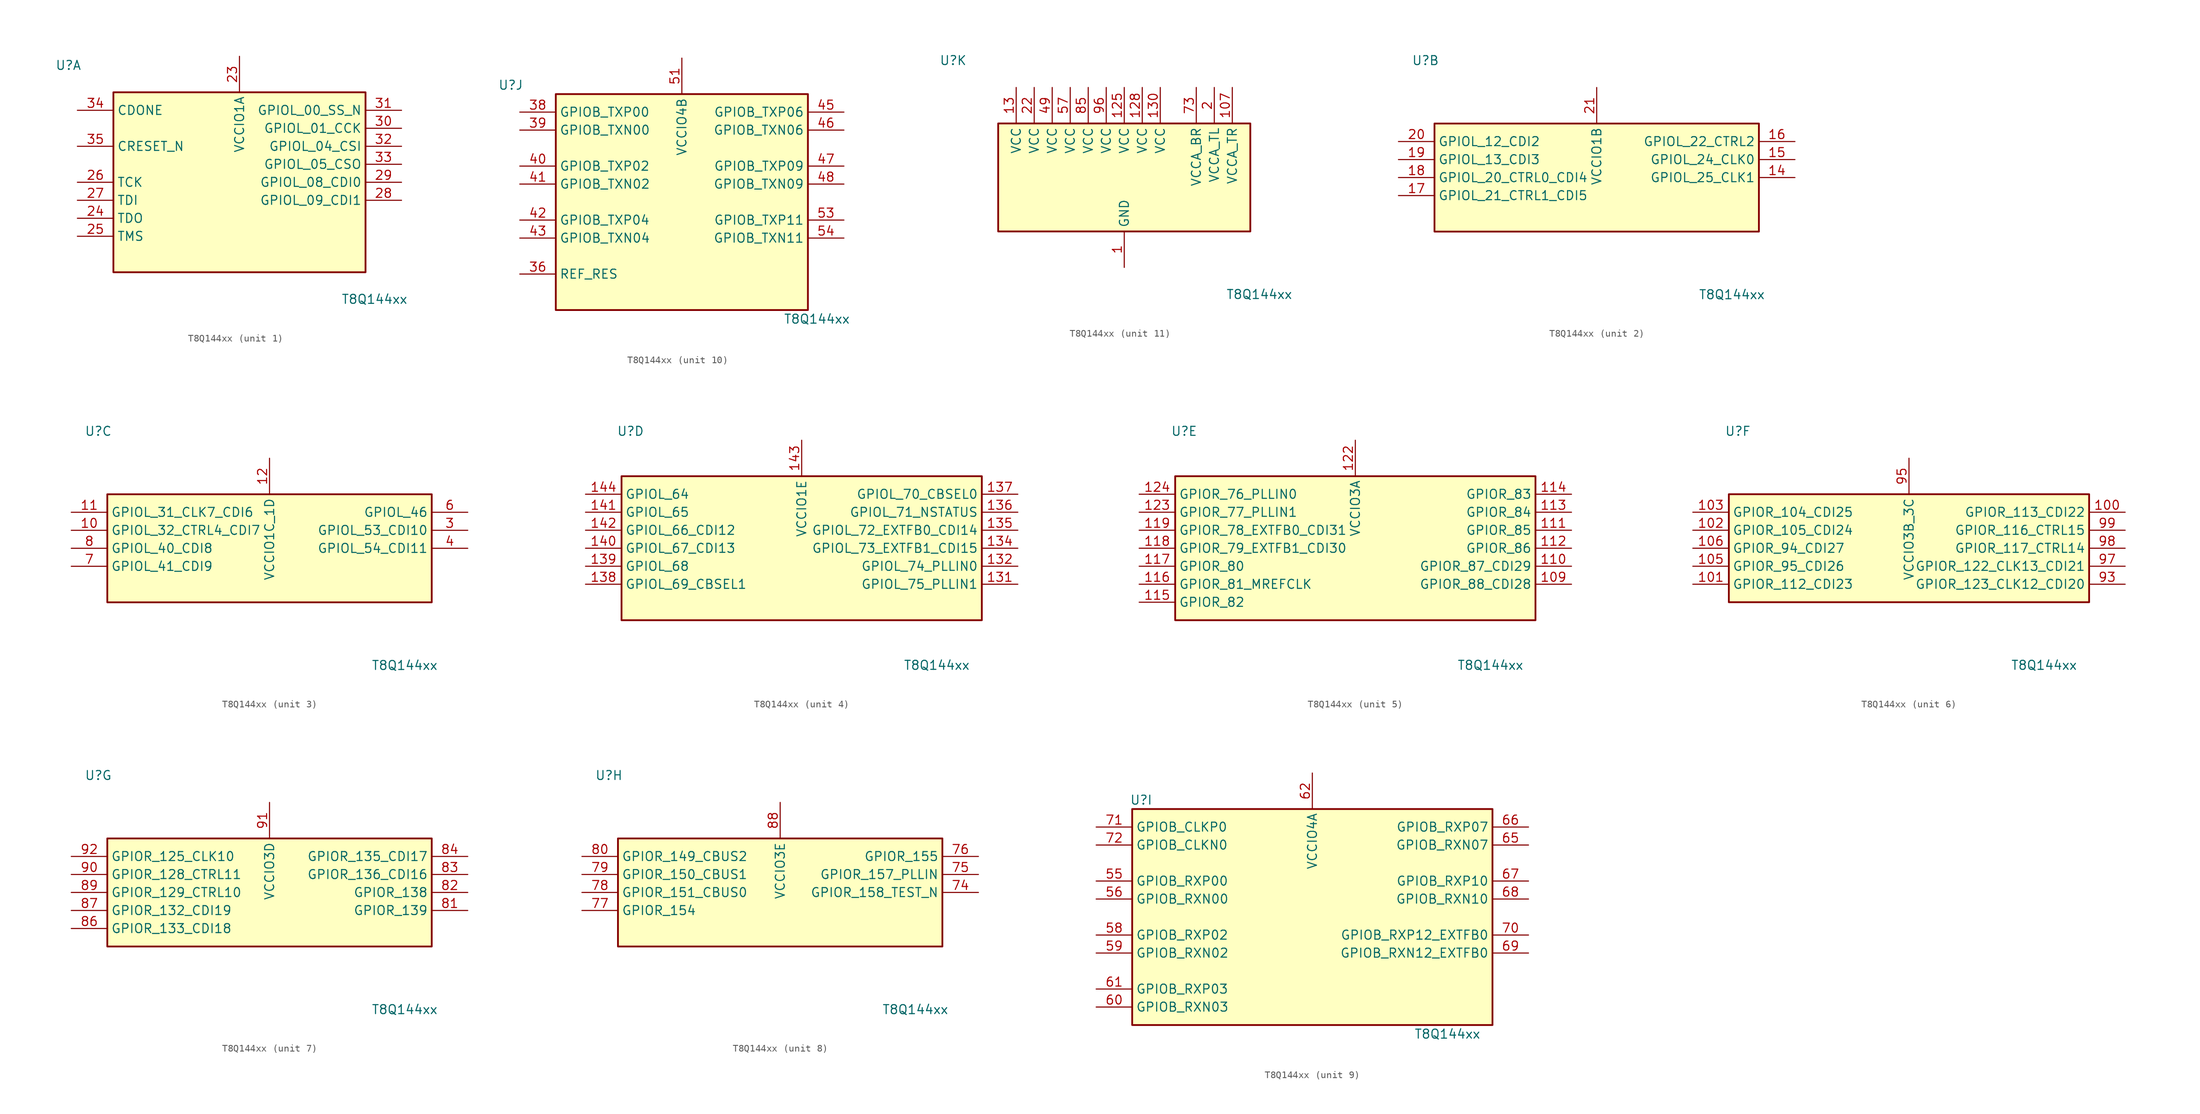
<source format=kicad_sym>
(kicad_symbol_lib
  (version 20231120)
  (generator "kicad_symbol_editor")
  (generator_version "8.0")
  (symbol "T8Q144xx"
    (property "Reference" "U"
      (at -24.13 16.51 0)
      (effects (font (size 1.27 1.27))))
    (property "Value" "T8Q144xx"
      (at 19.05 -16.51 0)
      (effects (font (size 1.27 1.27))))
    (property "ki_locked" ""
      (at 0 0 0)
      (effects (font (size 1.27 1.27))))
    (symbol "T8Q144xx_1_1"
      (rectangle (start -17.78 12.7) (end 17.78 -12.7) (stroke (width 0.254) (type default)) (fill (type background)))
      (pin power_in line (at 0 17.78 270) (length 5.08) (name "VCCIO1A" (effects (font (size 1.27 1.27)))) (number "23" (effects (font (size 1.27 1.27)))))
      (pin output line (at -22.86 -5.08 0) (length 5.08) (name "TDO" (effects (font (size 1.27 1.27)))) (number "24" (effects (font (size 1.27 1.27)))))
      (pin input line (at -22.86 -7.62 0) (length 5.08) (name "TMS" (effects (font (size 1.27 1.27)))) (number "25" (effects (font (size 1.27 1.27)))))
      (pin input line (at -22.86 0 0) (length 5.08) (name "TCK" (effects (font (size 1.27 1.27)))) (number "26" (effects (font (size 1.27 1.27)))))
      (pin input line (at -22.86 -2.54 0) (length 5.08) (name "TDI" (effects (font (size 1.27 1.27)))) (number "27" (effects (font (size 1.27 1.27)))))
      (pin bidirectional line (at 22.86 -2.54 180) (length 5.08) (name "GPIOL_09_CDI1" (effects (font (size 1.27 1.27)))) (number "28" (effects (font (size 1.27 1.27)))))
      (pin bidirectional line (at 22.86 0 180) (length 5.08) (name "GPIOL_08_CDI0" (effects (font (size 1.27 1.27)))) (number "29" (effects (font (size 1.27 1.27)))))
      (pin bidirectional line (at 22.86 7.62 180) (length 5.08) (name "GPIOL_01_CCK" (effects (font (size 1.27 1.27)))) (number "30" (effects (font (size 1.27 1.27)))))
      (pin bidirectional line (at 22.86 10.16 180) (length 5.08) (name "GPIOL_00_SS_N" (effects (font (size 1.27 1.27)))) (number "31" (effects (font (size 1.27 1.27)))))
      (pin bidirectional line (at 22.86 5.08 180) (length 5.08) (name "GPIOL_04_CSI" (effects (font (size 1.27 1.27)))) (number "32" (effects (font (size 1.27 1.27)))))
      (pin bidirectional line (at 22.86 2.54 180) (length 5.08) (name "GPIOL_05_CSO" (effects (font (size 1.27 1.27)))) (number "33" (effects (font (size 1.27 1.27)))))
      (pin bidirectional line (at -22.86 10.16 0) (length 5.08) (name "CDONE" (effects (font (size 1.27 1.27)))) (number "34" (effects (font (size 1.27 1.27)))))
      (pin bidirectional line (at -22.86 5.08 0) (length 5.08) (name "CRESET_N" (effects (font (size 1.27 1.27)))) (number "35" (effects (font (size 1.27 1.27))))))
    (symbol "T8Q144xx_2_1"
      (rectangle (start -22.86 7.62) (end 22.86 -7.62) (stroke (width 0.254) (type default)) (fill (type background)))
      (pin bidirectional line (at 27.94 0 180) (length 5.08) (name "GPIOL_25_CLK1" (effects (font (size 1.27 1.27)))) (number "14" (effects (font (size 1.27 1.27)))))
      (pin bidirectional line (at 27.94 2.54 180) (length 5.08) (name "GPIOL_24_CLK0" (effects (font (size 1.27 1.27)))) (number "15" (effects (font (size 1.27 1.27)))))
      (pin bidirectional line (at 27.94 5.08 180) (length 5.08) (name "GPIOL_22_CTRL2" (effects (font (size 1.27 1.27)))) (number "16" (effects (font (size 1.27 1.27)))))
      (pin bidirectional line (at -27.94 -2.54 0) (length 5.08) (name "GPIOL_21_CTRL1_CDI5" (effects (font (size 1.27 1.27)))) (number "17" (effects (font (size 1.27 1.27)))))
      (pin bidirectional line (at -27.94 0 0) (length 5.08) (name "GPIOL_20_CTRL0_CDI4" (effects (font (size 1.27 1.27)))) (number "18" (effects (font (size 1.27 1.27)))))
      (pin bidirectional line (at -27.94 2.54 0) (length 5.08) (name "GPIOL_13_CDI3" (effects (font (size 1.27 1.27)))) (number "19" (effects (font (size 1.27 1.27)))))
      (pin bidirectional line (at -27.94 5.08 0) (length 5.08) (name "GPIOL_12_CDI2" (effects (font (size 1.27 1.27)))) (number "20" (effects (font (size 1.27 1.27)))))
      (pin power_in line (at 0 12.7 270) (length 5.08) (name "VCCIO1B" (effects (font (size 1.27 1.27)))) (number "21" (effects (font (size 1.27 1.27))))))
    (symbol "T8Q144xx_3_1"
      (rectangle (start -22.86 7.62) (end 22.86 -7.62) (stroke (width 0.254) (type default)) (fill (type background)))
      (pin bidirectional line (at -27.94 2.54 0) (length 5.08) (name "GPIOL_32_CTRL4_CDI7" (effects (font (size 1.27 1.27)))) (number "10" (effects (font (size 1.27 1.27)))))
      (pin bidirectional line (at -27.94 5.08 0) (length 5.08) (name "GPIOL_31_CLK7_CDI6" (effects (font (size 1.27 1.27)))) (number "11" (effects (font (size 1.27 1.27)))))
      (pin power_in line (at 0 12.7 270) (length 5.08) (name "VCCIO1C_1D" (effects (font (size 1.27 1.27)))) (number "12" (effects (font (size 1.27 1.27)))))
      (pin bidirectional line (at 27.94 2.54 180) (length 5.08) (name "GPIOL_53_CDI10" (effects (font (size 1.27 1.27)))) (number "3" (effects (font (size 1.27 1.27)))))
      (pin bidirectional line (at 27.94 0 180) (length 5.08) (name "GPIOL_54_CDI11" (effects (font (size 1.27 1.27)))) (number "4" (effects (font (size 1.27 1.27)))))
      (pin bidirectional line (at 27.94 5.08 180) (length 5.08) (name "GPIOL_46" (effects (font (size 1.27 1.27)))) (number "6" (effects (font (size 1.27 1.27)))))
      (pin bidirectional line (at -27.94 -2.54 0) (length 5.08) (name "GPIOL_41_CDI9" (effects (font (size 1.27 1.27)))) (number "7" (effects (font (size 1.27 1.27)))))
      (pin bidirectional line (at -27.94 0 0) (length 5.08) (name "GPIOL_40_CDI8" (effects (font (size 1.27 1.27)))) (number "8" (effects (font (size 1.27 1.27))))))
    (symbol "T8Q144xx_4_1"
      (rectangle (start -25.4 10.16) (end 25.4 -10.16) (stroke (width 0.254) (type default)) (fill (type background)))
      (pin bidirectional line (at 30.48 -5.08 180) (length 5.08) (name "GPIOL_75_PLLIN1" (effects (font (size 1.27 1.27)))) (number "131" (effects (font (size 1.27 1.27)))))
      (pin bidirectional line (at 30.48 -2.54 180) (length 5.08) (name "GPIOL_74_PLLIN0" (effects (font (size 1.27 1.27)))) (number "132" (effects (font (size 1.27 1.27)))))
      (pin bidirectional line (at 30.48 0 180) (length 5.08) (name "GPIOL_73_EXTFB1_CDI15" (effects (font (size 1.27 1.27)))) (number "134" (effects (font (size 1.27 1.27)))))
      (pin bidirectional line (at 30.48 2.54 180) (length 5.08) (name "GPIOL_72_EXTFB0_CDI14" (effects (font (size 1.27 1.27)))) (number "135" (effects (font (size 1.27 1.27)))))
      (pin bidirectional line (at 30.48 5.08 180) (length 5.08) (name "GPIOL_71_NSTATUS" (effects (font (size 1.27 1.27)))) (number "136" (effects (font (size 1.27 1.27)))))
      (pin bidirectional line (at 30.48 7.62 180) (length 5.08) (name "GPIOL_70_CBSEL0" (effects (font (size 1.27 1.27)))) (number "137" (effects (font (size 1.27 1.27)))))
      (pin bidirectional line (at -30.48 -5.08 0) (length 5.08) (name "GPIOL_69_CBSEL1" (effects (font (size 1.27 1.27)))) (number "138" (effects (font (size 1.27 1.27)))))
      (pin bidirectional line (at -30.48 -2.54 0) (length 5.08) (name "GPIOL_68" (effects (font (size 1.27 1.27)))) (number "139" (effects (font (size 1.27 1.27)))))
      (pin bidirectional line (at -30.48 0 0) (length 5.08) (name "GPIOL_67_CDI13" (effects (font (size 1.27 1.27)))) (number "140" (effects (font (size 1.27 1.27)))))
      (pin bidirectional line (at -30.48 5.08 0) (length 5.08) (name "GPIOL_65" (effects (font (size 1.27 1.27)))) (number "141" (effects (font (size 1.27 1.27)))))
      (pin bidirectional line (at -30.48 2.54 0) (length 5.08) (name "GPIOL_66_CDI12" (effects (font (size 1.27 1.27)))) (number "142" (effects (font (size 1.27 1.27)))))
      (pin power_in line (at 0 15.24 270) (length 5.08) (name "VCCIO1E" (effects (font (size 1.27 1.27)))) (number "143" (effects (font (size 1.27 1.27)))))
      (pin bidirectional line (at -30.48 7.62 0) (length 5.08) (name "GPIOL_64" (effects (font (size 1.27 1.27)))) (number "144" (effects (font (size 1.27 1.27))))))
    (symbol "T8Q144xx_5_1"
      (rectangle (start -25.4 10.16) (end 25.4 -10.16) (stroke (width 0.254) (type default)) (fill (type background)))
      (pin bidirectional line (at 30.48 -5.08 180) (length 5.08) (name "GPIOR_88_CDI28" (effects (font (size 1.27 1.27)))) (number "109" (effects (font (size 1.27 1.27)))))
      (pin bidirectional line (at 30.48 -2.54 180) (length 5.08) (name "GPIOR_87_CDI29" (effects (font (size 1.27 1.27)))) (number "110" (effects (font (size 1.27 1.27)))))
      (pin bidirectional line (at 30.48 2.54 180) (length 5.08) (name "GPIOR_85" (effects (font (size 1.27 1.27)))) (number "111" (effects (font (size 1.27 1.27)))))
      (pin bidirectional line (at 30.48 0 180) (length 5.08) (name "GPIOR_86" (effects (font (size 1.27 1.27)))) (number "112" (effects (font (size 1.27 1.27)))))
      (pin bidirectional line (at 30.48 5.08 180) (length 5.08) (name "GPIOR_84" (effects (font (size 1.27 1.27)))) (number "113" (effects (font (size 1.27 1.27)))))
      (pin bidirectional line (at 30.48 7.62 180) (length 5.08) (name "GPIOR_83" (effects (font (size 1.27 1.27)))) (number "114" (effects (font (size 1.27 1.27)))))
      (pin bidirectional line (at -30.48 -7.62 0) (length 5.08) (name "GPIOR_82" (effects (font (size 1.27 1.27)))) (number "115" (effects (font (size 1.27 1.27)))))
      (pin bidirectional line (at -30.48 -5.08 0) (length 5.08) (name "GPIOR_81_MREFCLK" (effects (font (size 1.27 1.27)))) (number "116" (effects (font (size 1.27 1.27)))))
      (pin bidirectional line (at -30.48 -2.54 0) (length 5.08) (name "GPIOR_80" (effects (font (size 1.27 1.27)))) (number "117" (effects (font (size 1.27 1.27)))))
      (pin bidirectional line (at -30.48 0 0) (length 5.08) (name "GPIOR_79_EXTFB1_CDI30" (effects (font (size 1.27 1.27)))) (number "118" (effects (font (size 1.27 1.27)))))
      (pin bidirectional line (at -30.48 2.54 0) (length 5.08) (name "GPIOR_78_EXTFB0_CDI31" (effects (font (size 1.27 1.27)))) (number "119" (effects (font (size 1.27 1.27)))))
      (pin power_in line (at 0 15.24 270) (length 5.08) (name "VCCIO3A" (effects (font (size 1.27 1.27)))) (number "122" (effects (font (size 1.27 1.27)))))
      (pin bidirectional line (at -30.48 5.08 0) (length 5.08) (name "GPIOR_77_PLLIN1" (effects (font (size 1.27 1.27)))) (number "123" (effects (font (size 1.27 1.27)))))
      (pin bidirectional line (at -30.48 7.62 0) (length 5.08) (name "GPIOR_76_PLLIN0" (effects (font (size 1.27 1.27)))) (number "124" (effects (font (size 1.27 1.27))))))
    (symbol "T8Q144xx_6_1"
      (rectangle (start -25.4 7.62) (end 25.4 -7.62) (stroke (width 0.254) (type default)) (fill (type background)))
      (pin bidirectional line (at 30.48 5.08 180) (length 5.08) (name "GPIOR_113_CDI22" (effects (font (size 1.27 1.27)))) (number "100" (effects (font (size 1.27 1.27)))))
      (pin bidirectional line (at -30.48 -5.08 0) (length 5.08) (name "GPIOR_112_CDI23" (effects (font (size 1.27 1.27)))) (number "101" (effects (font (size 1.27 1.27)))))
      (pin bidirectional line (at -30.48 2.54 0) (length 5.08) (name "GPIOR_105_CDI24" (effects (font (size 1.27 1.27)))) (number "102" (effects (font (size 1.27 1.27)))))
      (pin bidirectional line (at -30.48 5.08 0) (length 5.08) (name "GPIOR_104_CDI25" (effects (font (size 1.27 1.27)))) (number "103" (effects (font (size 1.27 1.27)))))
      (pin bidirectional line (at -30.48 -2.54 0) (length 5.08) (name "GPIOR_95_CDI26" (effects (font (size 1.27 1.27)))) (number "105" (effects (font (size 1.27 1.27)))))
      (pin bidirectional line (at -30.48 0 0) (length 5.08) (name "GPIOR_94_CDI27" (effects (font (size 1.27 1.27)))) (number "106" (effects (font (size 1.27 1.27)))))
      (pin bidirectional line (at 30.48 -5.08 180) (length 5.08) (name "GPIOR_123_CLK12_CDI20" (effects (font (size 1.27 1.27)))) (number "93" (effects (font (size 1.27 1.27)))))
      (pin power_in line (at 0 12.7 270) (length 5.08) (name "VCCIO3B_3C" (effects (font (size 1.27 1.27)))) (number "95" (effects (font (size 1.27 1.27)))))
      (pin bidirectional line (at 30.48 -2.54 180) (length 5.08) (name "GPIOR_122_CLK13_CDI21" (effects (font (size 1.27 1.27)))) (number "97" (effects (font (size 1.27 1.27)))))
      (pin bidirectional line (at 30.48 0 180) (length 5.08) (name "GPIOR_117_CTRL14" (effects (font (size 1.27 1.27)))) (number "98" (effects (font (size 1.27 1.27)))))
      (pin bidirectional line (at 30.48 2.54 180) (length 5.08) (name "GPIOR_116_CTRL15" (effects (font (size 1.27 1.27)))) (number "99" (effects (font (size 1.27 1.27))))))
    (symbol "T8Q144xx_7_1"
      (rectangle (start -22.86 7.62) (end 22.86 -7.62) (stroke (width 0.254) (type default)) (fill (type background)))
      (pin bidirectional line (at 27.94 -2.54 180) (length 5.08) (name "GPIOR_139" (effects (font (size 1.27 1.27)))) (number "81" (effects (font (size 1.27 1.27)))))
      (pin bidirectional line (at 27.94 0 180) (length 5.08) (name "GPIOR_138" (effects (font (size 1.27 1.27)))) (number "82" (effects (font (size 1.27 1.27)))))
      (pin bidirectional line (at 27.94 2.54 180) (length 5.08) (name "GPIOR_136_CDI16" (effects (font (size 1.27 1.27)))) (number "83" (effects (font (size 1.27 1.27)))))
      (pin bidirectional line (at 27.94 5.08 180) (length 5.08) (name "GPIOR_135_CDI17" (effects (font (size 1.27 1.27)))) (number "84" (effects (font (size 1.27 1.27)))))
      (pin bidirectional line (at -27.94 -5.08 0) (length 5.08) (name "GPIOR_133_CDI18" (effects (font (size 1.27 1.27)))) (number "86" (effects (font (size 1.27 1.27)))))
      (pin bidirectional line (at -27.94 -2.54 0) (length 5.08) (name "GPIOR_132_CDI19" (effects (font (size 1.27 1.27)))) (number "87" (effects (font (size 1.27 1.27)))))
      (pin bidirectional line (at -27.94 0 0) (length 5.08) (name "GPIOR_129_CTRL10" (effects (font (size 1.27 1.27)))) (number "89" (effects (font (size 1.27 1.27)))))
      (pin bidirectional line (at -27.94 2.54 0) (length 5.08) (name "GPIOR_128_CTRL11" (effects (font (size 1.27 1.27)))) (number "90" (effects (font (size 1.27 1.27)))))
      (pin power_in line (at 0 12.7 270) (length 5.08) (name "VCCIO3D" (effects (font (size 1.27 1.27)))) (number "91" (effects (font (size 1.27 1.27)))))
      (pin bidirectional line (at -27.94 5.08 0) (length 5.08) (name "GPIOR_125_CLK10" (effects (font (size 1.27 1.27)))) (number "92" (effects (font (size 1.27 1.27))))))
    (symbol "T8Q144xx_8_1"
      (rectangle (start -22.86 7.62) (end 22.86 -7.62) (stroke (width 0.254) (type default)) (fill (type background)))
      (pin bidirectional line (at 27.94 0 180) (length 5.08) (name "GPIOR_158_TEST_N" (effects (font (size 1.27 1.27)))) (number "74" (effects (font (size 1.27 1.27)))))
      (pin bidirectional line (at 27.94 2.54 180) (length 5.08) (name "GPIOR_157_PLLIN" (effects (font (size 1.27 1.27)))) (number "75" (effects (font (size 1.27 1.27)))))
      (pin bidirectional line (at 27.94 5.08 180) (length 5.08) (name "GPIOR_155" (effects (font (size 1.27 1.27)))) (number "76" (effects (font (size 1.27 1.27)))))
      (pin bidirectional line (at -27.94 -2.54 0) (length 5.08) (name "GPIOR_154" (effects (font (size 1.27 1.27)))) (number "77" (effects (font (size 1.27 1.27)))))
      (pin bidirectional line (at -27.94 0 0) (length 5.08) (name "GPIOR_151_CBUS0" (effects (font (size 1.27 1.27)))) (number "78" (effects (font (size 1.27 1.27)))))
      (pin bidirectional line (at -27.94 2.54 0) (length 5.08) (name "GPIOR_150_CBUS1" (effects (font (size 1.27 1.27)))) (number "79" (effects (font (size 1.27 1.27)))))
      (pin bidirectional line (at -27.94 5.08 0) (length 5.08) (name "GPIOR_149_CBUS2" (effects (font (size 1.27 1.27)))) (number "80" (effects (font (size 1.27 1.27)))))
      (pin power_in line (at 0 12.7 270) (length 5.08) (name "VCCIO3E" (effects (font (size 1.27 1.27)))) (number "88" (effects (font (size 1.27 1.27))))))
    (symbol "T8Q144xx_9_1"
      (rectangle (start -25.4 15.24) (end 25.4 -15.24) (stroke (width 0.254) (type default)) (fill (type background)))
      (pin bidirectional line (at -30.48 5.08 0) (length 5.08) (name "GPIOB_RXP00" (effects (font (size 1.27 1.27)))) (number "55" (effects (font (size 1.27 1.27)))))
      (pin bidirectional line (at -30.48 2.54 0) (length 5.08) (name "GPIOB_RXN00" (effects (font (size 1.27 1.27)))) (number "56" (effects (font (size 1.27 1.27)))))
      (pin bidirectional line (at -30.48 -2.54 0) (length 5.08) (name "GPIOB_RXP02" (effects (font (size 1.27 1.27)))) (number "58" (effects (font (size 1.27 1.27)))))
      (pin bidirectional line (at -30.48 -5.08 0) (length 5.08) (name "GPIOB_RXN02" (effects (font (size 1.27 1.27)))) (number "59" (effects (font (size 1.27 1.27)))))
      (pin bidirectional line (at -30.48 -12.7 0) (length 5.08) (name "GPIOB_RXN03" (effects (font (size 1.27 1.27)))) (number "60" (effects (font (size 1.27 1.27)))))
      (pin bidirectional line (at -30.48 -10.16 0) (length 5.08) (name "GPIOB_RXP03" (effects (font (size 1.27 1.27)))) (number "61" (effects (font (size 1.27 1.27)))))
      (pin power_in line (at 0 20.32 270) (length 5.08) (name "VCCIO4A" (effects (font (size 1.27 1.27)))) (number "62" (effects (font (size 1.27 1.27)))))
      (pin passive line (at 0 20.32 270) (length 5.08) hide (name "VCCIO4A" (effects (font (size 1.27 1.27)))) (number "63" (effects (font (size 1.27 1.27)))))
      (pin bidirectional line (at 30.48 10.16 180) (length 5.08) (name "GPIOB_RXN07" (effects (font (size 1.27 1.27)))) (number "65" (effects (font (size 1.27 1.27)))))
      (pin bidirectional line (at 30.48 12.7 180) (length 5.08) (name "GPIOB_RXP07" (effects (font (size 1.27 1.27)))) (number "66" (effects (font (size 1.27 1.27)))))
      (pin bidirectional line (at 30.48 5.08 180) (length 5.08) (name "GPIOB_RXP10" (effects (font (size 1.27 1.27)))) (number "67" (effects (font (size 1.27 1.27)))))
      (pin bidirectional line (at 30.48 2.54 180) (length 5.08) (name "GPIOB_RXN10" (effects (font (size 1.27 1.27)))) (number "68" (effects (font (size 1.27 1.27)))))
      (pin bidirectional line (at 30.48 -5.08 180) (length 5.08) (name "GPIOB_RXN12_EXTFB0" (effects (font (size 1.27 1.27)))) (number "69" (effects (font (size 1.27 1.27)))))
      (pin bidirectional line (at 30.48 -2.54 180) (length 5.08) (name "GPIOB_RXP12_EXTFB0" (effects (font (size 1.27 1.27)))) (number "70" (effects (font (size 1.27 1.27)))))
      (pin bidirectional line (at -30.48 12.7 0) (length 5.08) (name "GPIOB_CLKP0" (effects (font (size 1.27 1.27)))) (number "71" (effects (font (size 1.27 1.27)))))
      (pin bidirectional line (at -30.48 10.16 0) (length 5.08) (name "GPIOB_CLKN0" (effects (font (size 1.27 1.27)))) (number "72" (effects (font (size 1.27 1.27))))))
    (symbol "T8Q144xx_10_1"
      (rectangle (start -17.78 15.24) (end 17.78 -15.24) (stroke (width 0.254) (type default)) (fill (type background)))
      (pin passive line (at -22.86 -10.16 0) (length 5.08) (name "REF_RES" (effects (font (size 1.27 1.27)))) (number "36" (effects (font (size 1.27 1.27)))))
      (pin bidirectional line (at -22.86 12.7 0) (length 5.08) (name "GPIOB_TXP00" (effects (font (size 1.27 1.27)))) (number "38" (effects (font (size 1.27 1.27)))))
      (pin bidirectional line (at -22.86 10.16 0) (length 5.08) (name "GPIOB_TXN00" (effects (font (size 1.27 1.27)))) (number "39" (effects (font (size 1.27 1.27)))))
      (pin bidirectional line (at -22.86 5.08 0) (length 5.08) (name "GPIOB_TXP02" (effects (font (size 1.27 1.27)))) (number "40" (effects (font (size 1.27 1.27)))))
      (pin bidirectional line (at -22.86 2.54 0) (length 5.08) (name "GPIOB_TXN02" (effects (font (size 1.27 1.27)))) (number "41" (effects (font (size 1.27 1.27)))))
      (pin bidirectional line (at -22.86 -2.54 0) (length 5.08) (name "GPIOB_TXP04" (effects (font (size 1.27 1.27)))) (number "42" (effects (font (size 1.27 1.27)))))
      (pin bidirectional line (at -22.86 -5.08 0) (length 5.08) (name "GPIOB_TXN04" (effects (font (size 1.27 1.27)))) (number "43" (effects (font (size 1.27 1.27)))))
      (pin bidirectional line (at 22.86 12.7 180) (length 5.08) (name "GPIOB_TXP06" (effects (font (size 1.27 1.27)))) (number "45" (effects (font (size 1.27 1.27)))))
      (pin bidirectional line (at 22.86 10.16 180) (length 5.08) (name "GPIOB_TXN06" (effects (font (size 1.27 1.27)))) (number "46" (effects (font (size 1.27 1.27)))))
      (pin bidirectional line (at 22.86 5.08 180) (length 5.08) (name "GPIOB_TXP09" (effects (font (size 1.27 1.27)))) (number "47" (effects (font (size 1.27 1.27)))))
      (pin bidirectional line (at 22.86 2.54 180) (length 5.08) (name "GPIOB_TXN09" (effects (font (size 1.27 1.27)))) (number "48" (effects (font (size 1.27 1.27)))))
      (pin power_in line (at 0 20.32 270) (length 5.08) (name "VCCIO4B" (effects (font (size 1.27 1.27)))) (number "51" (effects (font (size 1.27 1.27)))))
      (pin passive line (at 0 20.32 270) (length 5.08) hide (name "VCCIO4B" (effects (font (size 1.27 1.27)))) (number "52" (effects (font (size 1.27 1.27)))))
      (pin bidirectional line (at 22.86 -2.54 180) (length 5.08) (name "GPIOB_TXP11" (effects (font (size 1.27 1.27)))) (number "53" (effects (font (size 1.27 1.27)))))
      (pin bidirectional line (at 22.86 -5.08 180) (length 5.08) (name "GPIOB_TXN11" (effects (font (size 1.27 1.27)))) (number "54" (effects (font (size 1.27 1.27))))))
    (symbol "T8Q144xx_11_1"
      (rectangle (start -17.78 7.62) (end 17.78 -7.62) (stroke (width 0.254) (type default)) (fill (type background)))
      (pin power_in line (at 0 -12.7 90) (length 5.08) (name "GND" (effects (font (size 1.27 1.27)))) (number "1" (effects (font (size 1.27 1.27)))))
      (pin passive line (at 0 -12.7 90) (length 5.08) hide (name "GND" (effects (font (size 1.27 1.27)))) (number "104" (effects (font (size 1.27 1.27)))))
      (pin power_in line (at 15.24 12.7 270) (length 5.08) (name "VCCA_TR" (effects (font (size 1.27 1.27)))) (number "107" (effects (font (size 1.27 1.27)))))
      (pin passive line (at 0 -12.7 90) (length 5.08) hide (name "GND" (effects (font (size 1.27 1.27)))) (number "108" (effects (font (size 1.27 1.27)))))
      (pin passive line (at 0 -12.7 90) (length 5.08) hide (name "GND" (effects (font (size 1.27 1.27)))) (number "120" (effects (font (size 1.27 1.27)))))
      (pin passive line (at 0 -12.7 90) (length 5.08) hide (name "GND" (effects (font (size 1.27 1.27)))) (number "121" (effects (font (size 1.27 1.27)))))
      (pin power_in line (at 0 12.7 270) (length 5.08) (name "VCC" (effects (font (size 1.27 1.27)))) (number "125" (effects (font (size 1.27 1.27)))))
      (pin passive line (at 0 -12.7 90) (length 5.08) hide (name "GND" (effects (font (size 1.27 1.27)))) (number "126" (effects (font (size 1.27 1.27)))))
      (pin passive line (at 0 -12.7 90) (length 5.08) hide (name "GND" (effects (font (size 1.27 1.27)))) (number "127" (effects (font (size 1.27 1.27)))))
      (pin power_in line (at 2.54 12.7 270) (length 5.08) (name "VCC" (effects (font (size 1.27 1.27)))) (number "128" (effects (font (size 1.27 1.27)))))
      (pin passive line (at 0 -12.7 90) (length 5.08) hide (name "GND" (effects (font (size 1.27 1.27)))) (number "129" (effects (font (size 1.27 1.27)))))
      (pin power_in line (at -15.24 12.7 270) (length 5.08) (name "VCC" (effects (font (size 1.27 1.27)))) (number "13" (effects (font (size 1.27 1.27)))))
      (pin power_in line (at 5.08 12.7 270) (length 5.08) (name "VCC" (effects (font (size 1.27 1.27)))) (number "130" (effects (font (size 1.27 1.27)))))
      (pin passive line (at 0 -12.7 90) (length 5.08) hide (name "GND" (effects (font (size 1.27 1.27)))) (number "133" (effects (font (size 1.27 1.27)))))
      (pin power_in line (at 12.7 12.7 270) (length 5.08) (name "VCCA_TL" (effects (font (size 1.27 1.27)))) (number "2" (effects (font (size 1.27 1.27)))))
      (pin power_in line (at -12.7 12.7 270) (length 5.08) (name "VCC" (effects (font (size 1.27 1.27)))) (number "22" (effects (font (size 1.27 1.27)))))
      (pin passive line (at 0 -12.7 90) (length 5.08) hide (name "GND" (effects (font (size 1.27 1.27)))) (number "37" (effects (font (size 1.27 1.27)))))
      (pin passive line (at 0 -12.7 90) (length 5.08) hide (name "GND" (effects (font (size 1.27 1.27)))) (number "44" (effects (font (size 1.27 1.27)))))
      (pin power_in line (at -10.16 12.7 270) (length 5.08) (name "VCC" (effects (font (size 1.27 1.27)))) (number "49" (effects (font (size 1.27 1.27)))))
      (pin passive line (at 0 -12.7 90) (length 5.08) hide (name "GND" (effects (font (size 1.27 1.27)))) (number "5" (effects (font (size 1.27 1.27)))))
      (pin passive line (at 0 -12.7 90) (length 5.08) hide (name "GND" (effects (font (size 1.27 1.27)))) (number "50" (effects (font (size 1.27 1.27)))))
      (pin power_in line (at -7.62 12.7 270) (length 5.08) (name "VCC" (effects (font (size 1.27 1.27)))) (number "57" (effects (font (size 1.27 1.27)))))
      (pin passive line (at 0 -12.7 90) (length 5.08) hide (name "GND" (effects (font (size 1.27 1.27)))) (number "64" (effects (font (size 1.27 1.27)))))
      (pin power_in line (at 10.16 12.7 270) (length 5.08) (name "VCCA_BR" (effects (font (size 1.27 1.27)))) (number "73" (effects (font (size 1.27 1.27)))))
      (pin power_in line (at -5.08 12.7 270) (length 5.08) (name "VCC" (effects (font (size 1.27 1.27)))) (number "85" (effects (font (size 1.27 1.27)))))
      (pin passive line (at 0 -12.7 90) (length 5.08) hide (name "GND" (effects (font (size 1.27 1.27)))) (number "9" (effects (font (size 1.27 1.27)))))
      (pin passive line (at 0 -12.7 90) (length 5.08) hide (name "GND" (effects (font (size 1.27 1.27)))) (number "94" (effects (font (size 1.27 1.27)))))
      (pin power_in line (at -2.54 12.7 270) (length 5.08) (name "VCC" (effects (font (size 1.27 1.27)))) (number "96" (effects (font (size 1.27 1.27))))))))
</source>
